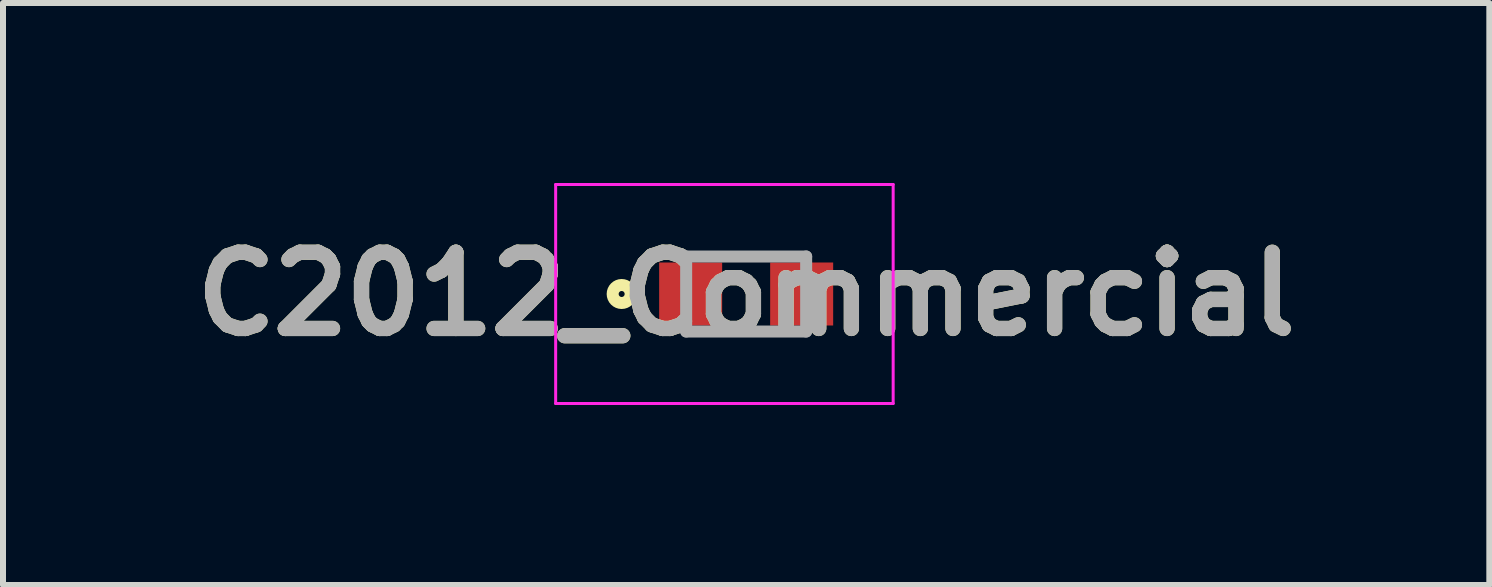
<source format=kicad_pcb>
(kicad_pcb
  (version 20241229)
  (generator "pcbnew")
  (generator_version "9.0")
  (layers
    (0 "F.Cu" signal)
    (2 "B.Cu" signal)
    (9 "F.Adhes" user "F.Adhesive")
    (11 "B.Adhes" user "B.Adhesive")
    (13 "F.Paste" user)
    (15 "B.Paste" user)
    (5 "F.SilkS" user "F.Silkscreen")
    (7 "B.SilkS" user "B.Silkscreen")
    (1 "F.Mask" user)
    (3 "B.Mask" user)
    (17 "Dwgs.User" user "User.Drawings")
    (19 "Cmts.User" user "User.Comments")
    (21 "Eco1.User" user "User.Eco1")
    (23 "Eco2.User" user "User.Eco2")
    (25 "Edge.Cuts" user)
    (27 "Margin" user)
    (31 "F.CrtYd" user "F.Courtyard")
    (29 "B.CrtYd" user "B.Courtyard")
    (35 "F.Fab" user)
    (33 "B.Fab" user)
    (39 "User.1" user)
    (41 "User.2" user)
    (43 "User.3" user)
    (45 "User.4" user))
  (footprint "C2012_Commercial"
    (layer "F.Cu")
    (at 9.386 1.85)
    (property "Reference" "C2012_Commercial" (at 0 0 0) (layer "F.SilkS") (effects (font (size 1.27 1.27) (thickness 0.254))))
    (attr smd)
    (fp_circle (center -2.075 0) (end -2.075 0.05) (stroke (width 0.2) (type solid)) (fill no) (layer "F.SilkS"))
    (fp_line (start -3.175 -1.825) (end 2.45 -1.825) (stroke (width 0.05) (type solid)) (layer "F.CrtYd"))
    (fp_line (start -3.175 1.825) (end -3.175 -1.825) (stroke (width 0.05) (type solid)) (layer "F.CrtYd"))
    (fp_line (start 2.45 -1.825) (end 2.45 1.825) (stroke (width 0.05) (type solid)) (layer "F.CrtYd"))
    (fp_line (start 2.45 1.825) (end -3.175 1.825) (stroke (width 0.05) (type solid)) (layer "F.CrtYd"))
    (fp_line (start -1 -0.625) (end 1 -0.625) (stroke (width 0.2) (type solid)) (layer "F.Fab"))
    (fp_line (start -1 0.625) (end -1 -0.625) (stroke (width 0.2) (type solid)) (layer "F.Fab"))
    (fp_line (start 1 -0.625) (end 1 0.625) (stroke (width 0.2) (type solid)) (layer "F.Fab"))
    (fp_line (start 1 0.625) (end -1 0.625) (stroke (width 0.2) (type solid)) (layer "F.Fab"))
    (fp_text user "${REFERENCE}" (at 0 0 0) (layer "F.Fab") (effects (font (size 1.27 1.27) (thickness 0.254))))
    (pad "1" smd rect (at -0.925 0 90) (size 1.05 1.05) (layers "F.Cu" "F.Mask" "F.Paste"))
    (pad "2" smd rect (at 0.925 0 90) (size 1.05 1.05) (layers "F.Cu" "F.Mask" "F.Paste")))
  (gr_rect
    (start -3 -3)
    (end 21.772 6.7)
    (stroke (width 0.1) (type default))
    (fill no)
    (layer "Edge.Cuts")))
</source>
